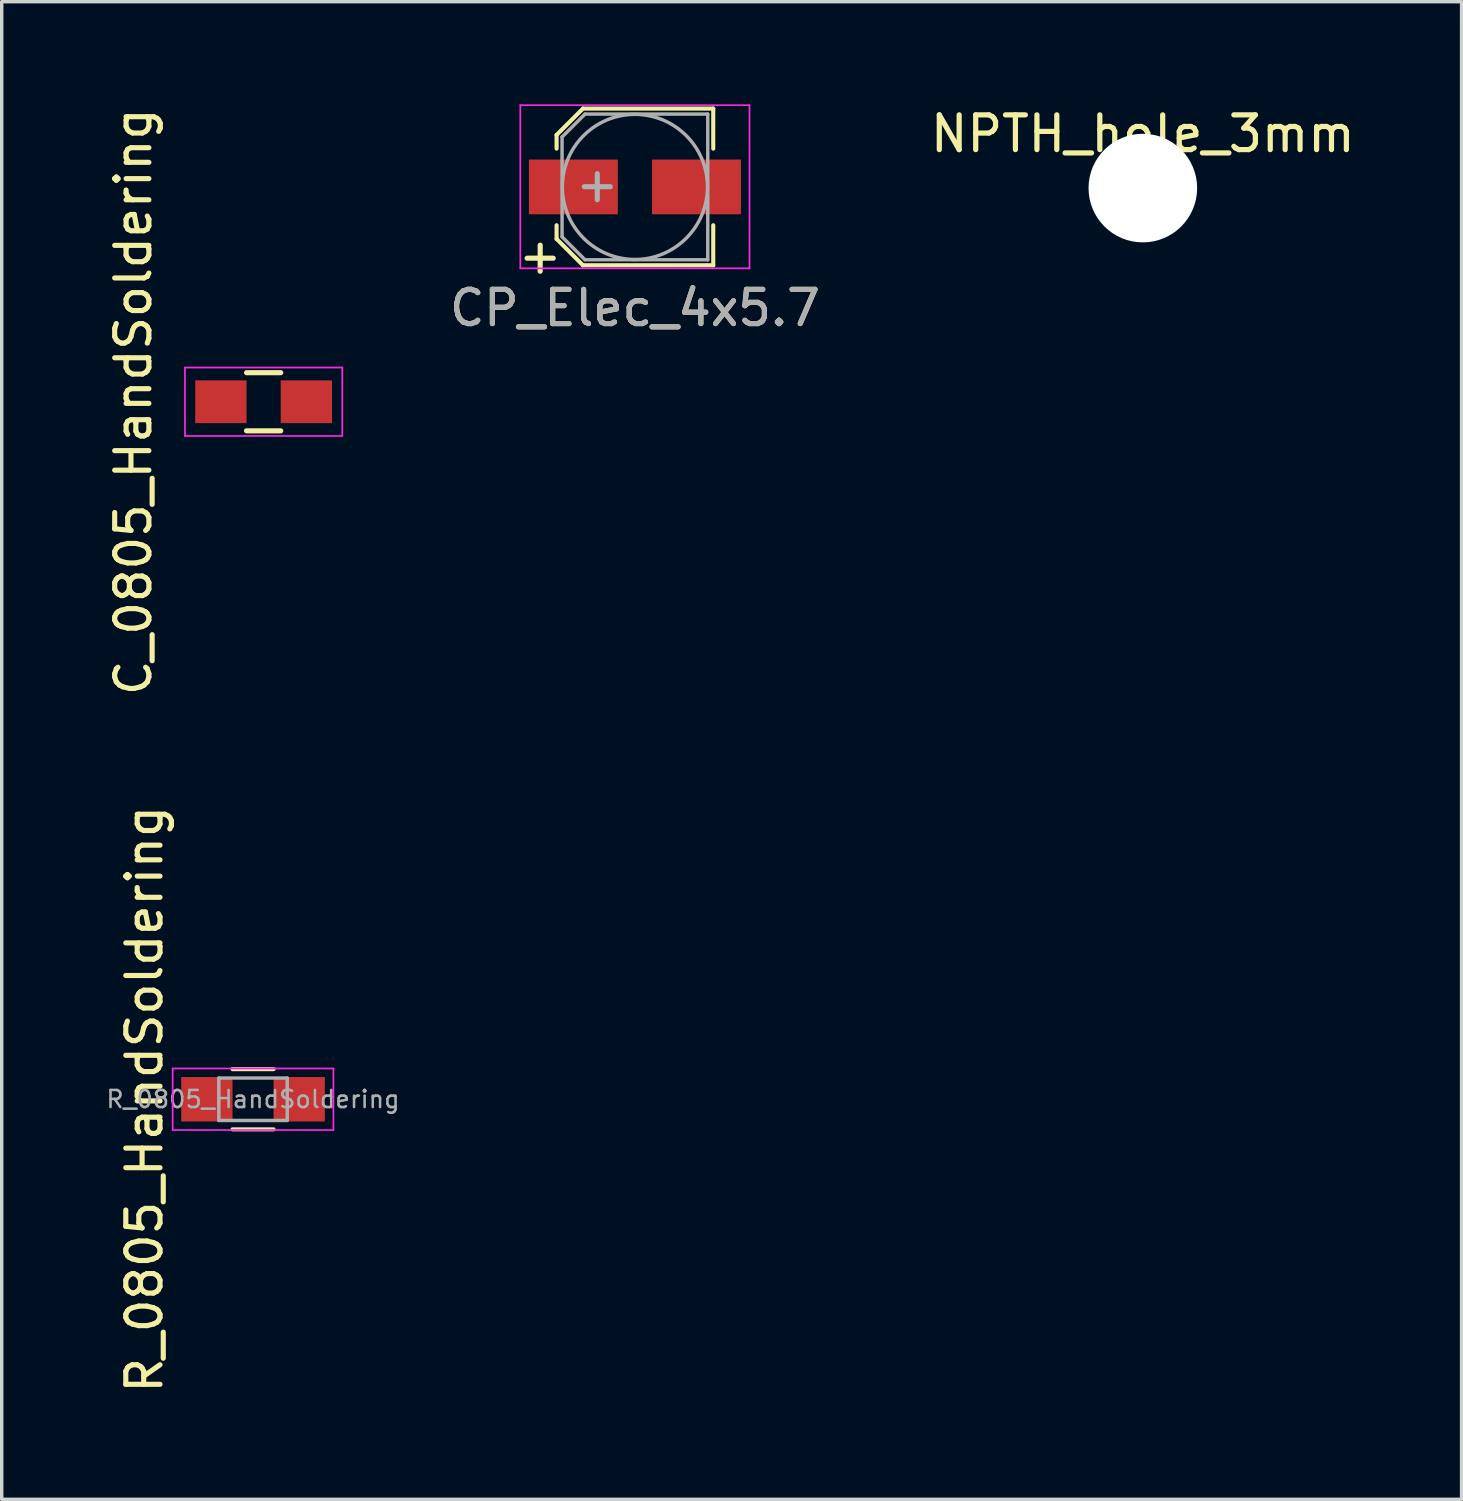
<source format=kicad_pcb>
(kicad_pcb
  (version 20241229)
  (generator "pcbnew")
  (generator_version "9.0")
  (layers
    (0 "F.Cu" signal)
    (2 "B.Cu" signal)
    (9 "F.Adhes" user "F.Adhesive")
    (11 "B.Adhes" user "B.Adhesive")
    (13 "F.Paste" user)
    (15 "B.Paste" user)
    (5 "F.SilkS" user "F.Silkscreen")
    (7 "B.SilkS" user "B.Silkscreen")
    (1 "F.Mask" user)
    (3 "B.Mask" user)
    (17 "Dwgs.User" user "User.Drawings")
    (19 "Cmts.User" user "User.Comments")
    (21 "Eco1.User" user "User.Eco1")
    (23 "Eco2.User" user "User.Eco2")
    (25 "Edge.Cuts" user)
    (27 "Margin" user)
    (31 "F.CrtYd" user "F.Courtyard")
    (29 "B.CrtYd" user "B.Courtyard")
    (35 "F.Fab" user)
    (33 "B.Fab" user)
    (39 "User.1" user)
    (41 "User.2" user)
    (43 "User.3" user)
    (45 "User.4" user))
  (footprint "NPTH_hole_3mm"
    (layer "F.Cu")
    (at 30.363 2.449)
    (property "Reference" "NPTH_hole_3mm" (at 0 -1.587 0) (layer "F.SilkS") (effects (font (size 1.016 1.016) (thickness 0.152))))
    (attr through_hole)
    (pad "" np_thru_hole circle (at 0 0) (size 3.175 3.175) (drill 3.175) (layers "*.Cu" "*.Mask")))
  (footprint "R_0805_HandSoldering"
    (layer "F.Cu")
    (at 4.348 29.089)
    (property "Reference" "R_0805_HandSoldering" (at -3.175 0 90) (layer "F.SilkS") (effects (font (size 1 1) (thickness 0.15))))
    (attr smd)
    (fp_line (start -0.6 -0.88) (end 0.6 -0.88) (stroke (width 0.12) (type solid)) (layer "F.SilkS"))
    (fp_line (start 0.6 0.88) (end -0.6 0.88) (stroke (width 0.12) (type solid)) (layer "F.SilkS"))
    (fp_line (start -2.35 -0.9) (end -2.35 0.9) (stroke (width 0.05) (type solid)) (layer "F.CrtYd"))
    (fp_line (start -2.35 -0.9) (end 2.35 -0.9) (stroke (width 0.05) (type solid)) (layer "F.CrtYd"))
    (fp_line (start 2.35 0.9) (end -2.35 0.9) (stroke (width 0.05) (type solid)) (layer "F.CrtYd"))
    (fp_line (start 2.35 0.9) (end 2.35 -0.9) (stroke (width 0.05) (type solid)) (layer "F.CrtYd"))
    (fp_line (start -1 -0.62) (end 1 -0.62) (stroke (width 0.1) (type solid)) (layer "F.Fab"))
    (fp_line (start -1 0.62) (end -1 -0.62) (stroke (width 0.1) (type solid)) (layer "F.Fab"))
    (fp_line (start 1 -0.62) (end 1 0.62) (stroke (width 0.1) (type solid)) (layer "F.Fab"))
    (fp_line (start 1 0.62) (end -1 0.62) (stroke (width 0.1) (type solid)) (layer "F.Fab"))
    (fp_text user "${REFERENCE}" (at 0 0 0) (layer "F.Fab") (effects (font (size 0.5 0.5) (thickness 0.075))))
    (pad "1" smd rect (at -1.35 0) (size 1.5 1.3) (layers "F.Cu" "F.Mask" "F.Paste"))
    (pad "2" smd rect (at 1.35 0) (size 1.5 1.3) (layers "F.Cu" "F.Mask" "F.Paste")))
  (footprint "C_0805_HandSoldering"
    (layer "F.Cu")
    (at 4.658 8.696)
    (property "Reference" "C_0805_HandSoldering" (at -3.81 0 90) (layer "F.SilkS") (effects (font (size 1 1) (thickness 0.15))))
    (attr smd)
    (fp_line (start -0.5 0.85) (end 0.5 0.85) (stroke (width 0.15) (type solid)) (layer "F.SilkS"))
    (fp_line (start 0.5 -0.85) (end -0.5 -0.85) (stroke (width 0.15) (type solid)) (layer "F.SilkS"))
    (fp_line (start -2.3 -1) (end -2.3 1) (stroke (width 0.05) (type solid)) (layer "F.CrtYd"))
    (fp_line (start -2.3 -1) (end 2.3 -1) (stroke (width 0.05) (type solid)) (layer "F.CrtYd"))
    (fp_line (start -2.3 1) (end 2.3 1) (stroke (width 0.05) (type solid)) (layer "F.CrtYd"))
    (fp_line (start 2.3 -1) (end 2.3 1) (stroke (width 0.05) (type solid)) (layer "F.CrtYd"))
    (pad "1" smd rect (at -1.25 0) (size 1.5 1.25) (layers "F.Cu" "F.Mask" "F.Paste"))
    (pad "2" smd rect (at 1.25 0) (size 1.5 1.25) (layers "F.Cu" "F.Mask" "F.Paste")))
  (footprint "CP_Elec_4x5.7"
    (layer "F.Cu")
    (at 15.513 2.415)
    (property "Reference" "CP_Elec_4x5.7" (at 0 3.54 0) (layer "F.SilkS") (effects (font (size 1 1) (thickness 0.15))))
    (attr smd)
    (fp_line (start -2.29 -1.52) (end -2.29 -1.12) (stroke (width 0.12) (type solid)) (layer "F.SilkS"))
    (fp_line (start -2.29 1.52) (end -2.29 1.12) (stroke (width 0.12) (type solid)) (layer "F.SilkS"))
    (fp_line (start -1.52 -2.29) (end -2.29 -1.52) (stroke (width 0.12) (type solid)) (layer "F.SilkS"))
    (fp_line (start -1.52 -2.29) (end 2.29 -2.29) (stroke (width 0.12) (type solid)) (layer "F.SilkS"))
    (fp_line (start -1.52 2.29) (end -2.29 1.52) (stroke (width 0.12) (type solid)) (layer "F.SilkS"))
    (fp_line (start -1.52 2.29) (end 2.29 2.29) (stroke (width 0.12) (type solid)) (layer "F.SilkS"))
    (fp_line (start 2.29 -2.29) (end 2.29 -1.12) (stroke (width 0.12) (type solid)) (layer "F.SilkS"))
    (fp_line (start 2.29 2.29) (end 2.29 1.12) (stroke (width 0.12) (type solid)) (layer "F.SilkS"))
    (fp_line (start -3.35 -2.39) (end -3.35 2.38) (stroke (width 0.05) (type solid)) (layer "F.CrtYd"))
    (fp_line (start -3.35 -2.39) (end 3.35 -2.39) (stroke (width 0.05) (type solid)) (layer "F.CrtYd"))
    (fp_line (start 3.35 2.38) (end -3.35 2.38) (stroke (width 0.05) (type solid)) (layer "F.CrtYd"))
    (fp_line (start 3.35 2.38) (end 3.35 -2.39) (stroke (width 0.05) (type solid)) (layer "F.CrtYd"))
    (fp_line (start -2.13 -1.46) (end -2.13 1.46) (stroke (width 0.1) (type solid)) (layer "F.Fab"))
    (fp_line (start -2.13 1.46) (end -1.46 2.13) (stroke (width 0.1) (type solid)) (layer "F.Fab"))
    (fp_line (start -1.46 -2.13) (end -2.13 -1.46) (stroke (width 0.1) (type solid)) (layer "F.Fab"))
    (fp_line (start -1.46 2.13) (end 2.13 2.13) (stroke (width 0.1) (type solid)) (layer "F.Fab"))
    (fp_line (start 2.13 -2.13) (end -1.46 -2.13) (stroke (width 0.1) (type solid)) (layer "F.Fab"))
    (fp_line (start 2.13 2.13) (end 2.13 -2.13) (stroke (width 0.1) (type solid)) (layer "F.Fab"))
    (fp_circle (center 0 0) (end 0.3 2.1) (stroke (width 0.1) (type solid)) (fill no) (layer "F.Fab"))
    (fp_text user "+" (at -2.77 2.01 0) (layer "F.SilkS") (effects (font (size 1 1) (thickness 0.15))))
    (fp_text user "+" (at -1.1 -0.08 0) (layer "F.Fab") (effects (font (size 1 1) (thickness 0.15))))
    (fp_text user "${REFERENCE}" (at 0 3.54 0) (layer "F.Fab") (effects (font (size 1 1) (thickness 0.15))))
    (pad "1" smd rect (at -1.8 0 180) (size 2.6 1.6) (layers "F.Cu" "F.Mask" "F.Paste"))
    (pad "2" smd rect (at 1.8 0 180) (size 2.6 1.6) (layers "F.Cu" "F.Mask" "F.Paste")))
  (gr_rect
    (start -3 -3)
    (end 39.682 40.786)
    (stroke (width 0.1) (type default))
    (fill no)
    (layer "Edge.Cuts")))
</source>
